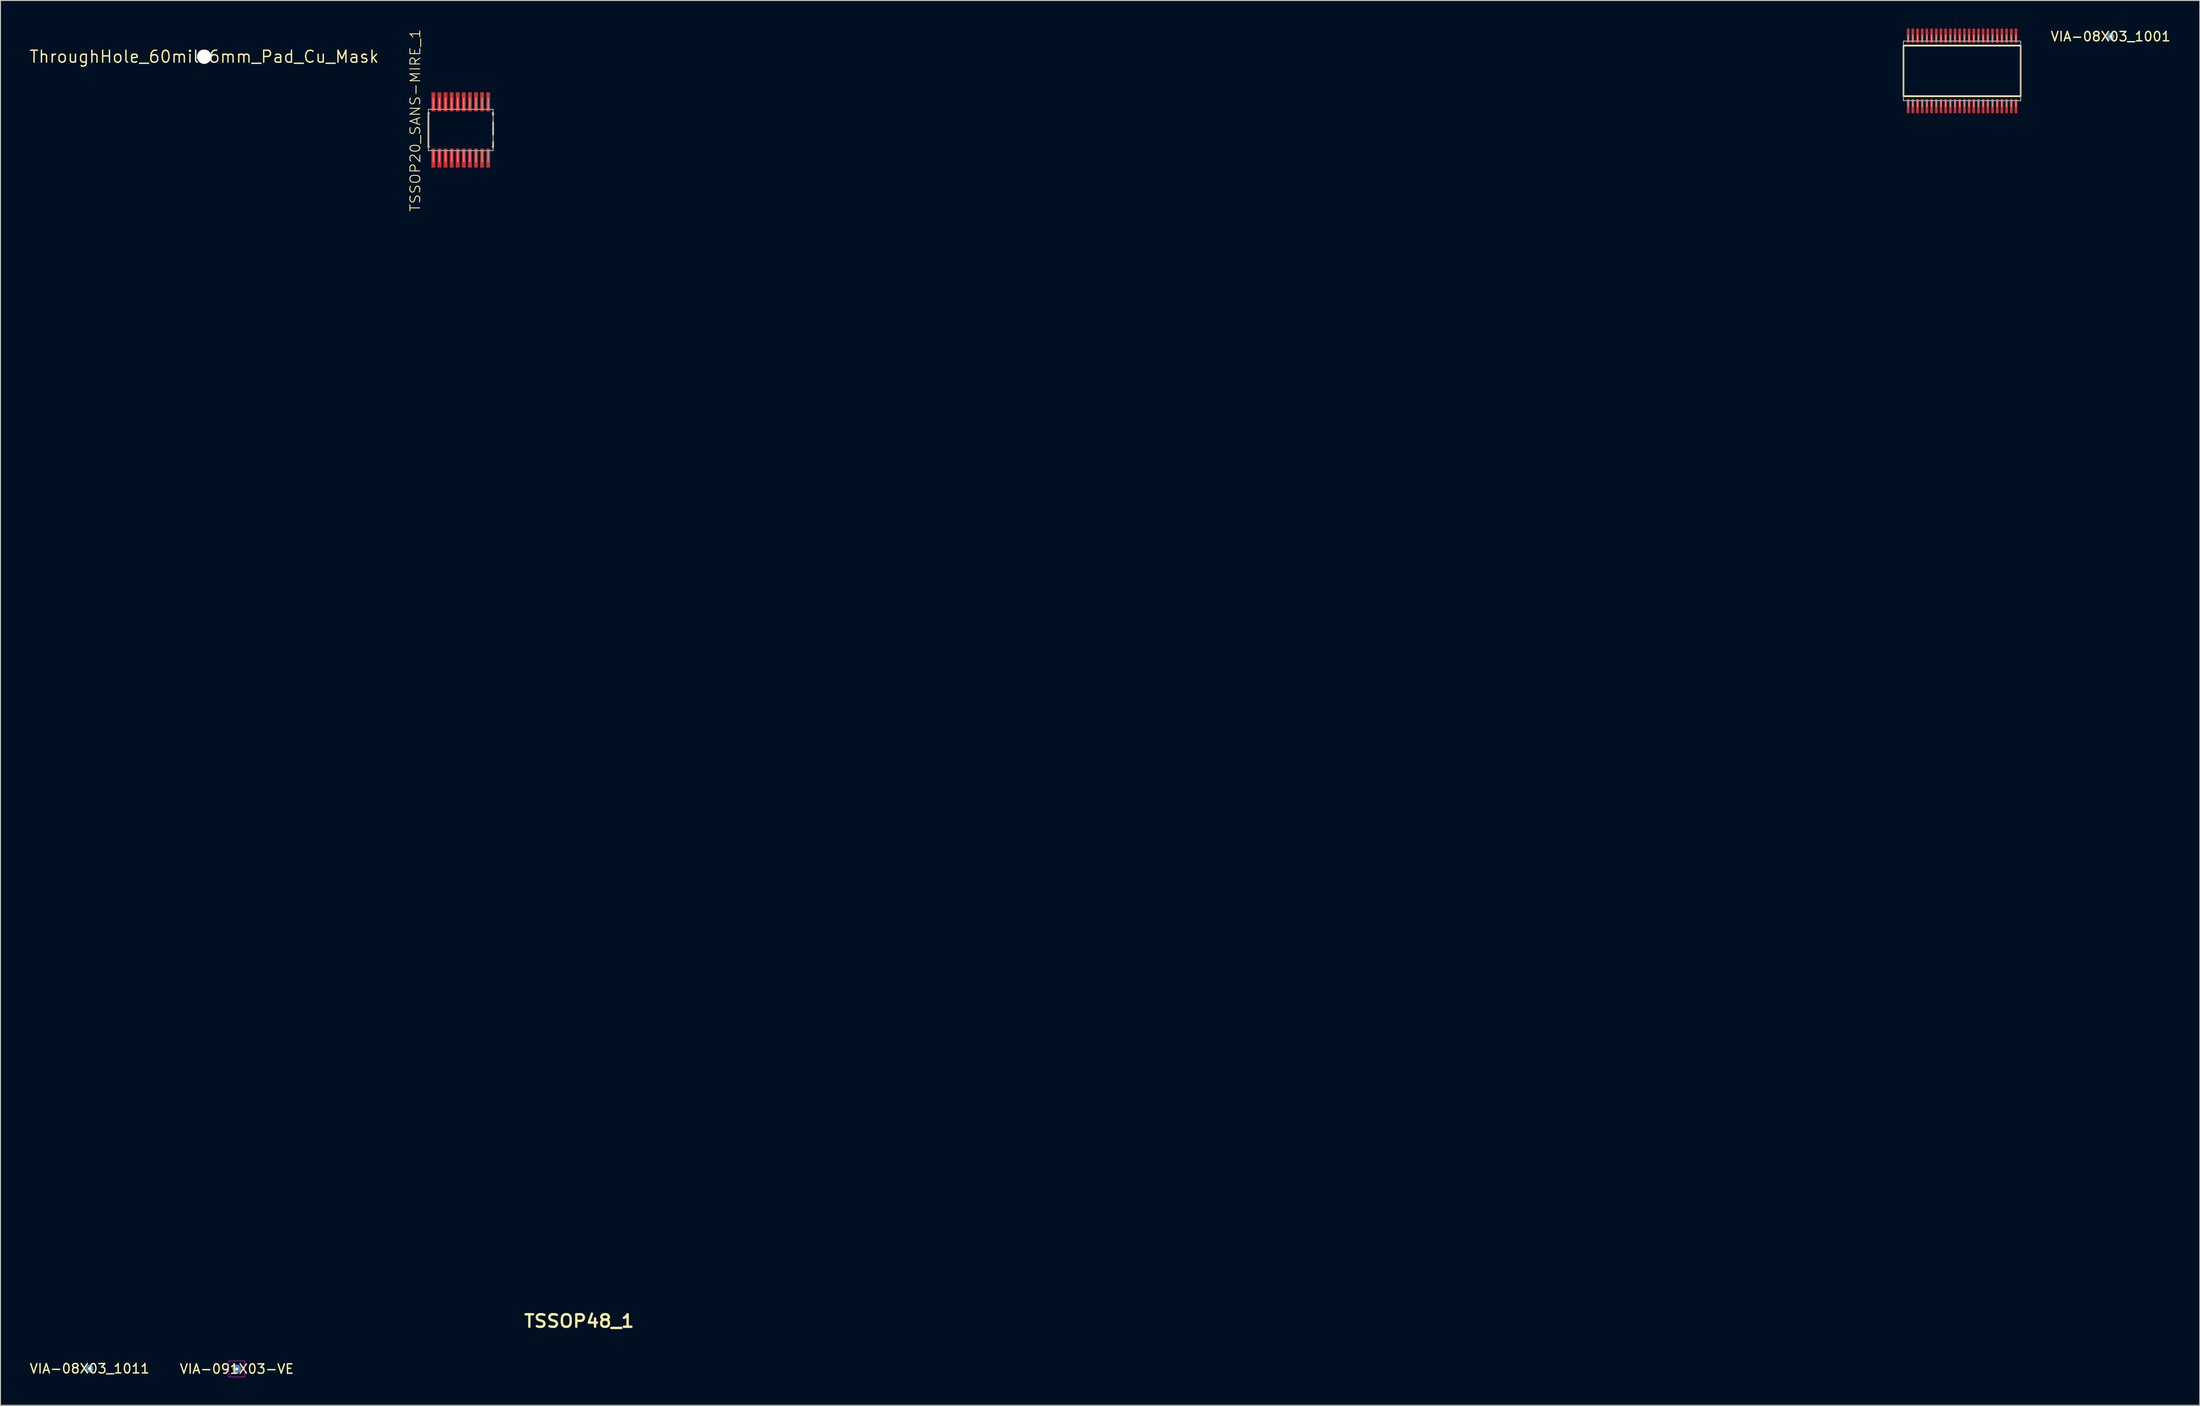
<source format=kicad_pcb>
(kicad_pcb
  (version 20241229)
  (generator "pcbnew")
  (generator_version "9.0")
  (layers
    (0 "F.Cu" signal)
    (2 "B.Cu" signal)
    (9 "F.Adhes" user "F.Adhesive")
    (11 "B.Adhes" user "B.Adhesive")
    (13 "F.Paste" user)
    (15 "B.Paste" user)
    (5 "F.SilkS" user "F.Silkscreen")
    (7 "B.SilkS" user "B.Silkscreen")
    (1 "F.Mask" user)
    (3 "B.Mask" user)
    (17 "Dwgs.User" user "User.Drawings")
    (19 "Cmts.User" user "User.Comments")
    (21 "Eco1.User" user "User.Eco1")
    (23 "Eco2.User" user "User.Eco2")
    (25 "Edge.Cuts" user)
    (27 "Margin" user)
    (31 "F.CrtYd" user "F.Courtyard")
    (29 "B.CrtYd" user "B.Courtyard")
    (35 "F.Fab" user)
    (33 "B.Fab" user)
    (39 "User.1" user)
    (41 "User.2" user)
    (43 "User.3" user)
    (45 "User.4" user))
  (footprint "VIA-091X03-VE"
    (layer "F.Cu")
    (at 22.208 142.968)
    (property "Reference" "VIA-091X03-VE" (at 0 0 0) (layer "F.SilkS") (effects (font (size 1 1) (thickness 0.15))))
    (attr through_hole)
    (fp_line (start -0.853 -0.853) (end -0.853 0.853) (stroke (width 0.05) (type solid)) (layer "F.CrtYd"))
    (fp_line (start -0.853 0.853) (end 0.853 0.853) (stroke (width 0.05) (type solid)) (layer "F.CrtYd"))
    (fp_line (start 0.853 -0.853) (end -0.853 -0.853) (stroke (width 0.05) (type solid)) (layer "F.CrtYd"))
    (fp_line (start 0.853 0.853) (end 0.853 -0.853) (stroke (width 0.05) (type solid)) (layer "F.CrtYd"))
    (pad "" thru_hole circle (at 0 0) (size 0.914 0.914) (drill 0.305) (layers "*.Cu" "*.Mask")))
  (footprint "TSSOP20_SANS-MIRE_1"
    (layer "F.Cu")
    (at 46.093 10.813)
    (property "Reference" "TSSOP20_SANS-MIRE_1" (at -4.854 -1.022 90) (unlocked yes) (layer "F.SilkS") (effects (font (size 1.05 1.104) (thickness 0.1))))
    (attr smd)
    (fp_line (start -3.45 -1.8) (end -3.401 -1.8) (stroke (width 0.18) (type solid)) (layer "F.SilkS"))
    (fp_line (start -3.45 1.8) (end -3.45 -1.8) (stroke (width 0.18) (type solid)) (layer "F.SilkS"))
    (fp_line (start -3.45 1.8) (end -3.401 1.8) (stroke (width 0.18) (type solid)) (layer "F.SilkS"))
    (fp_line (start 3.401 -1.8) (end 3.45 -1.8) (stroke (width 0.18) (type solid)) (layer "F.SilkS"))
    (fp_line (start 3.401 1.8) (end 3.45 1.8) (stroke (width 0.18) (type solid)) (layer "F.SilkS"))
    (fp_line (start 3.45 -1.588) (end 3.45 -1.8) (stroke (width 0.18) (type solid)) (layer "F.SilkS"))
    (fp_line (start 3.45 0.508) (end 3.45 -0.825) (stroke (width 0.18) (type solid)) (layer "F.SilkS"))
    (fp_line (start 3.45 1.8) (end 3.45 1.27) (stroke (width 0.18) (type solid)) (layer "F.SilkS"))
    (fp_line (start -3.45 -2.2) (end 3.45 -2.2) (stroke (width 0.1) (type solid)) (layer "F.Fab"))
    (fp_line (start -3.45 2.2) (end -3.45 -2.2) (stroke (width 0.1) (type solid)) (layer "F.Fab"))
    (fp_line (start -3.45 2.2) (end 3.45 2.2) (stroke (width 0.1) (type solid)) (layer "F.Fab"))
    (fp_line (start -2.925 -2.2) (end -2.925 -3.4) (stroke (width 0.1) (type solid)) (layer "F.Fab"))
    (fp_line (start -2.925 3.4) (end -2.925 2.2) (stroke (width 0.1) (type solid)) (layer "F.Fab"))
    (fp_line (start -2.275 -2.2) (end -2.275 -3.4) (stroke (width 0.1) (type solid)) (layer "F.Fab"))
    (fp_line (start -2.275 3.4) (end -2.275 2.2) (stroke (width 0.1) (type solid)) (layer "F.Fab"))
    (fp_line (start -1.625 -2.2) (end -1.625 -3.4) (stroke (width 0.1) (type solid)) (layer "F.Fab"))
    (fp_line (start -1.625 3.4) (end -1.625 2.2) (stroke (width 0.1) (type solid)) (layer "F.Fab"))
    (fp_line (start -0.975 -2.2) (end -0.975 -3.4) (stroke (width 0.1) (type solid)) (layer "F.Fab"))
    (fp_line (start -0.975 3.4) (end -0.975 2.2) (stroke (width 0.1) (type solid)) (layer "F.Fab"))
    (fp_line (start -0.325 -2.2) (end -0.325 -3.4) (stroke (width 0.1) (type solid)) (layer "F.Fab"))
    (fp_line (start -0.325 3.4) (end -0.325 2.2) (stroke (width 0.1) (type solid)) (layer "F.Fab"))
    (fp_line (start 0.325 -2.2) (end 0.325 -3.4) (stroke (width 0.1) (type solid)) (layer "F.Fab"))
    (fp_line (start 0.325 3.4) (end 0.325 2.2) (stroke (width 0.1) (type solid)) (layer "F.Fab"))
    (fp_line (start 0.975 -2.2) (end 0.975 -3.4) (stroke (width 0.1) (type solid)) (layer "F.Fab"))
    (fp_line (start 0.975 3.4) (end 0.975 2.2) (stroke (width 0.1) (type solid)) (layer "F.Fab"))
    (fp_line (start 1.625 -2.2) (end 1.625 -3.4) (stroke (width 0.1) (type solid)) (layer "F.Fab"))
    (fp_line (start 1.625 3.4) (end 1.625 2.2) (stroke (width 0.1) (type solid)) (layer "F.Fab"))
    (fp_line (start 2.275 -2.2) (end 2.275 -3.4) (stroke (width 0.1) (type solid)) (layer "F.Fab"))
    (fp_line (start 2.275 3.4) (end 2.275 2.2) (stroke (width 0.1) (type solid)) (layer "F.Fab"))
    (fp_line (start 2.925 -2.2) (end 2.925 -3.4) (stroke (width 0.1) (type solid)) (layer "F.Fab"))
    (fp_line (start 2.925 3.4) (end 2.925 2.2) (stroke (width 0.1) (type solid)) (layer "F.Fab"))
    (fp_line (start 3.45 2.2) (end 3.45 -2.2) (stroke (width 0.1) (type solid)) (layer "F.Fab"))
    (fp_circle (center -2.312 1.1) (end -1.9 1.1) (stroke (width 0.00003) (type solid)) (fill no) (layer "F.Fab"))
    (pad "1" smd rect (at -2.925 3) (size 0.406 2.032) (layers "F.Cu" "F.Mask" "F.Paste"))
    (pad "2" smd rect (at -2.275 3) (size 0.406 2.032) (layers "F.Cu" "F.Mask" "F.Paste"))
    (pad "3" smd rect (at -1.625 3) (size 0.406 2.032) (layers "F.Cu" "F.Mask" "F.Paste"))
    (pad "4" smd rect (at -0.975 3) (size 0.406 2.032) (layers "F.Cu" "F.Mask" "F.Paste"))
    (pad "5" smd rect (at -0.325 3) (size 0.406 2.032) (layers "F.Cu" "F.Mask" "F.Paste"))
    (pad "6" smd rect (at 0.325 3) (size 0.406 2.032) (layers "F.Cu" "F.Mask" "F.Paste"))
    (pad "7" smd rect (at 0.975 3) (size 0.406 2.032) (layers "F.Cu" "F.Mask" "F.Paste"))
    (pad "8" smd rect (at 1.625 3) (size 0.406 2.032) (layers "F.Cu" "F.Mask" "F.Paste"))
    (pad "9" smd rect (at 2.275 3) (size 0.406 2.032) (layers "F.Cu" "F.Mask" "F.Paste"))
    (pad "10" smd rect (at 2.925 3) (size 0.406 2.032) (layers "F.Cu" "F.Mask" "F.Paste"))
    (pad "11" smd rect (at 2.925 -3) (size 0.406 2.032) (layers "F.Cu" "F.Mask" "F.Paste"))
    (pad "12" smd rect (at 2.275 -3) (size 0.406 2.032) (layers "F.Cu" "F.Mask" "F.Paste"))
    (pad "13" smd rect (at 1.625 -3) (size 0.406 2.032) (layers "F.Cu" "F.Mask" "F.Paste"))
    (pad "14" smd rect (at 0.975 -3) (size 0.406 2.032) (layers "F.Cu" "F.Mask" "F.Paste"))
    (pad "15" smd rect (at 0.325 -3) (size 0.406 2.032) (layers "F.Cu" "F.Mask" "F.Paste"))
    (pad "16" smd rect (at -0.325 -3) (size 0.406 2.032) (layers "F.Cu" "F.Mask" "F.Paste"))
    (pad "17" smd rect (at -0.975 -3) (size 0.406 2.032) (layers "F.Cu" "F.Mask" "F.Paste"))
    (pad "18" smd rect (at -1.625 -3) (size 0.406 2.032) (layers "F.Cu" "F.Mask" "F.Paste"))
    (pad "19" smd rect (at -2.275 -3) (size 0.406 2.032) (layers "F.Cu" "F.Mask" "F.Paste"))
    (pad "20" smd rect (at -2.925 -3) (size 0.406 2.032) (layers "F.Cu" "F.Mask" "F.Paste")))
  (footprint "VIA-08X03_1001"
    (layer "F.Cu")
    (at 222.063 0.848)
    (property "Reference" "VIA-08X03_1001" (at 0 0 0) (layer "F.SilkS") (effects (font (size 1 1) (thickness 0.15))))
    (attr through_hole)
    (pad "~" thru_hole circle (at 0 0) (size 0.813 0.813) (drill 0.305) (layers "*.Cu" "*.Mask")))
  (footprint "TSSOP48_1"
    (layer "F.Cu")
    (at 206.217 4.512)
    (property "Reference" "TSSOP48_1" (at -147.501 133.352 0) (unlocked yes) (layer "F.SilkS") (effects (font (size 1.333 1.402) (thickness 0.254))))
    (attr smd)
    (fp_line (start -6.25 -2.699) (end 6.25 -2.699) (stroke (width 0.18) (type solid)) (layer "F.SilkS"))
    (fp_line (start -6.25 2.699) (end -6.25 -2.699) (stroke (width 0.18) (type solid)) (layer "F.SilkS"))
    (fp_line (start -6.25 2.699) (end 6.25 2.699) (stroke (width 0.18) (type solid)) (layer "F.SilkS"))
    (fp_line (start 6.25 2.699) (end 6.25 -2.699) (stroke (width 0.18) (type solid)) (layer "F.SilkS"))
    (fp_line (start -6.25 -3.175) (end 6.25 -3.175) (stroke (width 0.1) (type solid)) (layer "F.Fab"))
    (fp_line (start -6.25 3.175) (end -6.25 -3.175) (stroke (width 0.1) (type solid)) (layer "F.Fab"))
    (fp_line (start -6.25 3.175) (end 6.25 3.175) (stroke (width 0.1) (type solid)) (layer "F.Fab"))
    (fp_line (start -5.75 -3.175) (end -5.75 -3.81) (stroke (width 0.1) (type solid)) (layer "F.Fab"))
    (fp_line (start -5.75 3.81) (end -5.75 3.175) (stroke (width 0.1) (type solid)) (layer "F.Fab"))
    (fp_line (start -5.25 -3.175) (end -5.25 -3.81) (stroke (width 0.1) (type solid)) (layer "F.Fab"))
    (fp_line (start -5.25 3.81) (end -5.25 3.175) (stroke (width 0.1) (type solid)) (layer "F.Fab"))
    (fp_line (start -4.75 -3.175) (end -4.75 -3.81) (stroke (width 0.1) (type solid)) (layer "F.Fab"))
    (fp_line (start -4.75 3.81) (end -4.75 3.175) (stroke (width 0.1) (type solid)) (layer "F.Fab"))
    (fp_line (start -4.25 -3.175) (end -4.25 -3.81) (stroke (width 0.1) (type solid)) (layer "F.Fab"))
    (fp_line (start -4.25 3.81) (end -4.25 3.175) (stroke (width 0.1) (type solid)) (layer "F.Fab"))
    (fp_line (start -3.75 -3.175) (end -3.75 -3.81) (stroke (width 0.1) (type solid)) (layer "F.Fab"))
    (fp_line (start -3.75 3.81) (end -3.75 3.175) (stroke (width 0.1) (type solid)) (layer "F.Fab"))
    (fp_line (start -3.25 -3.175) (end -3.25 -3.81) (stroke (width 0.1) (type solid)) (layer "F.Fab"))
    (fp_line (start -3.25 3.81) (end -3.25 3.175) (stroke (width 0.1) (type solid)) (layer "F.Fab"))
    (fp_line (start -2.75 -3.175) (end -2.75 -3.81) (stroke (width 0.1) (type solid)) (layer "F.Fab"))
    (fp_line (start -2.75 3.81) (end -2.75 3.175) (stroke (width 0.1) (type solid)) (layer "F.Fab"))
    (fp_line (start -2.25 -3.175) (end -2.25 -3.81) (stroke (width 0.1) (type solid)) (layer "F.Fab"))
    (fp_line (start -2.25 3.81) (end -2.25 3.175) (stroke (width 0.1) (type solid)) (layer "F.Fab"))
    (fp_line (start -1.75 -3.175) (end -1.75 -3.81) (stroke (width 0.1) (type solid)) (layer "F.Fab"))
    (fp_line (start -1.75 3.81) (end -1.75 3.175) (stroke (width 0.1) (type solid)) (layer "F.Fab"))
    (fp_line (start -1.25 -3.175) (end -1.25 -3.81) (stroke (width 0.1) (type solid)) (layer "F.Fab"))
    (fp_line (start -1.25 3.81) (end -1.25 3.175) (stroke (width 0.1) (type solid)) (layer "F.Fab"))
    (fp_line (start -0.75 -3.175) (end -0.75 -3.81) (stroke (width 0.1) (type solid)) (layer "F.Fab"))
    (fp_line (start -0.75 3.81) (end -0.75 3.175) (stroke (width 0.1) (type solid)) (layer "F.Fab"))
    (fp_line (start -0.25 -3.175) (end -0.25 -3.81) (stroke (width 0.1) (type solid)) (layer "F.Fab"))
    (fp_line (start -0.25 3.81) (end -0.25 3.175) (stroke (width 0.1) (type solid)) (layer "F.Fab"))
    (fp_line (start 0.25 -3.175) (end 0.25 -3.81) (stroke (width 0.1) (type solid)) (layer "F.Fab"))
    (fp_line (start 0.25 3.81) (end 0.25 3.175) (stroke (width 0.1) (type solid)) (layer "F.Fab"))
    (fp_line (start 0.75 -3.175) (end 0.75 -3.81) (stroke (width 0.1) (type solid)) (layer "F.Fab"))
    (fp_line (start 0.75 3.81) (end 0.75 3.175) (stroke (width 0.1) (type solid)) (layer "F.Fab"))
    (fp_line (start 1.25 -3.175) (end 1.25 -3.81) (stroke (width 0.1) (type solid)) (layer "F.Fab"))
    (fp_line (start 1.25 3.81) (end 1.25 3.175) (stroke (width 0.1) (type solid)) (layer "F.Fab"))
    (fp_line (start 1.75 -3.175) (end 1.75 -3.81) (stroke (width 0.1) (type solid)) (layer "F.Fab"))
    (fp_line (start 1.75 3.81) (end 1.75 3.175) (stroke (width 0.1) (type solid)) (layer "F.Fab"))
    (fp_line (start 2.25 -3.175) (end 2.25 -3.81) (stroke (width 0.1) (type solid)) (layer "F.Fab"))
    (fp_line (start 2.25 3.81) (end 2.25 3.175) (stroke (width 0.1) (type solid)) (layer "F.Fab"))
    (fp_line (start 2.75 -3.175) (end 2.75 -3.81) (stroke (width 0.1) (type solid)) (layer "F.Fab"))
    (fp_line (start 2.75 3.81) (end 2.75 3.175) (stroke (width 0.1) (type solid)) (layer "F.Fab"))
    (fp_line (start 3.25 -3.175) (end 3.25 -3.81) (stroke (width 0.1) (type solid)) (layer "F.Fab"))
    (fp_line (start 3.25 3.81) (end 3.25 3.175) (stroke (width 0.1) (type solid)) (layer "F.Fab"))
    (fp_line (start 3.75 -3.175) (end 3.75 -3.81) (stroke (width 0.1) (type solid)) (layer "F.Fab"))
    (fp_line (start 3.75 3.81) (end 3.75 3.175) (stroke (width 0.1) (type solid)) (layer "F.Fab"))
    (fp_line (start 4.25 -3.175) (end 4.25 -3.81) (stroke (width 0.1) (type solid)) (layer "F.Fab"))
    (fp_line (start 4.25 3.81) (end 4.25 3.175) (stroke (width 0.1) (type solid)) (layer "F.Fab"))
    (fp_line (start 4.75 -3.175) (end 4.75 -3.81) (stroke (width 0.1) (type solid)) (layer "F.Fab"))
    (fp_line (start 4.75 3.81) (end 4.75 3.175) (stroke (width 0.1) (type solid)) (layer "F.Fab"))
    (fp_line (start 5.25 -3.175) (end 5.25 -3.81) (stroke (width 0.1) (type solid)) (layer "F.Fab"))
    (fp_line (start 5.25 3.81) (end 5.25 3.175) (stroke (width 0.1) (type solid)) (layer "F.Fab"))
    (fp_line (start 5.75 -3.175) (end 5.75 -3.81) (stroke (width 0.1) (type solid)) (layer "F.Fab"))
    (fp_line (start 5.75 3.81) (end 5.75 3.175) (stroke (width 0.1) (type solid)) (layer "F.Fab"))
    (fp_line (start 6.25 3.175) (end 6.25 -3.175) (stroke (width 0.1) (type solid)) (layer "F.Fab"))
    (fp_circle (center -5.556 1.746) (end -5.156 1.746) (stroke (width 0.00003) (type solid)) (fill no) (layer "F.Fab"))
    (pad "1" smd rect (at -5.75 3.75) (size 0.279 1.524) (layers "F.Cu" "F.Mask" "F.Paste"))
    (pad "2" smd rect (at -5.25 3.75) (size 0.279 1.524) (layers "F.Cu" "F.Mask" "F.Paste"))
    (pad "3" smd rect (at -4.75 3.75) (size 0.279 1.524) (layers "F.Cu" "F.Mask" "F.Paste"))
    (pad "4" smd rect (at -4.25 3.75) (size 0.279 1.524) (layers "F.Cu" "F.Mask" "F.Paste"))
    (pad "5" smd rect (at -3.75 3.75) (size 0.279 1.524) (layers "F.Cu" "F.Mask" "F.Paste"))
    (pad "6" smd rect (at -3.25 3.75) (size 0.279 1.524) (layers "F.Cu" "F.Mask" "F.Paste"))
    (pad "7" smd rect (at -2.75 3.75) (size 0.279 1.524) (layers "F.Cu" "F.Mask" "F.Paste"))
    (pad "8" smd rect (at -2.25 3.75) (size 0.279 1.524) (layers "F.Cu" "F.Mask" "F.Paste"))
    (pad "9" smd rect (at -1.75 3.75) (size 0.279 1.524) (layers "F.Cu" "F.Mask" "F.Paste"))
    (pad "10" smd rect (at -1.25 3.75) (size 0.279 1.524) (layers "F.Cu" "F.Mask" "F.Paste"))
    (pad "11" smd rect (at -0.75 3.75) (size 0.279 1.524) (layers "F.Cu" "F.Mask" "F.Paste"))
    (pad "12" smd rect (at -0.25 3.75) (size 0.279 1.524) (layers "F.Cu" "F.Mask" "F.Paste"))
    (pad "13" smd rect (at 0.25 3.75) (size 0.279 1.524) (layers "F.Cu" "F.Mask" "F.Paste"))
    (pad "14" smd rect (at 0.75 3.75) (size 0.279 1.524) (layers "F.Cu" "F.Mask" "F.Paste"))
    (pad "15" smd rect (at 1.25 3.75) (size 0.279 1.524) (layers "F.Cu" "F.Mask" "F.Paste"))
    (pad "16" smd rect (at 1.75 3.75) (size 0.279 1.524) (layers "F.Cu" "F.Mask" "F.Paste"))
    (pad "17" smd rect (at 2.25 3.75) (size 0.279 1.524) (layers "F.Cu" "F.Mask" "F.Paste"))
    (pad "18" smd rect (at 2.75 3.75) (size 0.279 1.524) (layers "F.Cu" "F.Mask" "F.Paste"))
    (pad "19" smd rect (at 3.25 3.75) (size 0.279 1.524) (layers "F.Cu" "F.Mask" "F.Paste"))
    (pad "20" smd rect (at 3.75 3.75) (size 0.279 1.524) (layers "F.Cu" "F.Mask" "F.Paste"))
    (pad "21" smd rect (at 4.25 3.75) (size 0.279 1.524) (layers "F.Cu" "F.Mask" "F.Paste"))
    (pad "22" smd rect (at 4.75 3.75) (size 0.279 1.524) (layers "F.Cu" "F.Mask" "F.Paste"))
    (pad "23" smd rect (at 5.25 3.75) (size 0.279 1.524) (layers "F.Cu" "F.Mask" "F.Paste"))
    (pad "24" smd rect (at 5.75 3.75) (size 0.279 1.524) (layers "F.Cu" "F.Mask" "F.Paste"))
    (pad "25" smd rect (at 5.75 -3.75) (size 0.279 1.524) (layers "F.Cu" "F.Mask" "F.Paste"))
    (pad "26" smd rect (at 5.25 -3.75) (size 0.279 1.524) (layers "F.Cu" "F.Mask" "F.Paste"))
    (pad "27" smd rect (at 4.75 -3.75) (size 0.279 1.524) (layers "F.Cu" "F.Mask" "F.Paste"))
    (pad "28" smd rect (at 4.25 -3.75) (size 0.279 1.524) (layers "F.Cu" "F.Mask" "F.Paste"))
    (pad "29" smd rect (at 3.75 -3.75) (size 0.279 1.524) (layers "F.Cu" "F.Mask" "F.Paste"))
    (pad "30" smd rect (at 3.25 -3.75) (size 0.279 1.524) (layers "F.Cu" "F.Mask" "F.Paste"))
    (pad "31" smd rect (at 2.75 -3.75) (size 0.279 1.524) (layers "F.Cu" "F.Mask" "F.Paste"))
    (pad "32" smd rect (at 2.25 -3.75) (size 0.279 1.524) (layers "F.Cu" "F.Mask" "F.Paste"))
    (pad "33" smd rect (at 1.75 -3.75) (size 0.279 1.524) (layers "F.Cu" "F.Mask" "F.Paste"))
    (pad "34" smd rect (at 1.25 -3.75) (size 0.279 1.524) (layers "F.Cu" "F.Mask" "F.Paste"))
    (pad "35" smd rect (at 0.75 -3.75) (size 0.279 1.524) (layers "F.Cu" "F.Mask" "F.Paste"))
    (pad "36" smd rect (at 0.25 -3.75) (size 0.279 1.524) (layers "F.Cu" "F.Mask" "F.Paste"))
    (pad "37" smd rect (at -0.25 -3.75) (size 0.279 1.524) (layers "F.Cu" "F.Mask" "F.Paste"))
    (pad "38" smd rect (at -0.75 -3.75) (size 0.279 1.524) (layers "F.Cu" "F.Mask" "F.Paste"))
    (pad "39" smd rect (at -1.25 -3.75) (size 0.279 1.524) (layers "F.Cu" "F.Mask" "F.Paste"))
    (pad "40" smd rect (at -1.75 -3.75) (size 0.279 1.524) (layers "F.Cu" "F.Mask" "F.Paste"))
    (pad "41" smd rect (at -2.25 -3.75) (size 0.279 1.524) (layers "F.Cu" "F.Mask" "F.Paste"))
    (pad "42" smd rect (at -2.75 -3.75) (size 0.279 1.524) (layers "F.Cu" "F.Mask" "F.Paste"))
    (pad "43" smd rect (at -3.25 -3.75) (size 0.279 1.524) (layers "F.Cu" "F.Mask" "F.Paste"))
    (pad "44" smd rect (at -3.75 -3.75) (size 0.279 1.524) (layers "F.Cu" "F.Mask" "F.Paste"))
    (pad "45" smd rect (at -4.25 -3.75) (size 0.279 1.524) (layers "F.Cu" "F.Mask" "F.Paste"))
    (pad "46" smd rect (at -4.75 -3.75) (size 0.279 1.524) (layers "F.Cu" "F.Mask" "F.Paste"))
    (pad "47" smd rect (at -5.25 -3.75) (size 0.279 1.524) (layers "F.Cu" "F.Mask" "F.Paste"))
    (pad "48" smd rect (at -5.75 -3.75) (size 0.279 1.524) (layers "F.Cu" "F.Mask" "F.Paste")))
  (footprint "ThroughHole_60milx6mm_Pad_Cu_Mask"
    (layer "F.Cu")
    (at 18.725 2.997)
    (property "Reference" "ThroughHole_60milx6mm_Pad_Cu_Mask" (at 0 0 0) (layer "F.SilkS") (effects (font (size 1.27 1.27) (thickness 0.15))))
    (attr through_hole)
    (pad "" thru_hole circle (at 0 0) (size 1.524 1.524) (drill 5.994) (layers "*.Cu" "*.Mask")))
  (footprint "VIA-08X03_1011"
    (layer "F.Cu")
    (at 6.506 142.938)
    (property "Reference" "VIA-08X03_1011" (at 0 0 0) (layer "F.SilkS") (effects (font (size 1 1) (thickness 0.15))))
    (attr through_hole)
    (pad "~" thru_hole circle (at 0 0) (size 0.813 0.813) (drill 0.305) (layers "*.Cu" "*.Mask")))
  (gr_rect
    (start -3 -3)
    (end 231.569 146.846)
    (stroke (width 0.1) (type default))
    (fill no)
    (layer "Edge.Cuts")))
</source>
